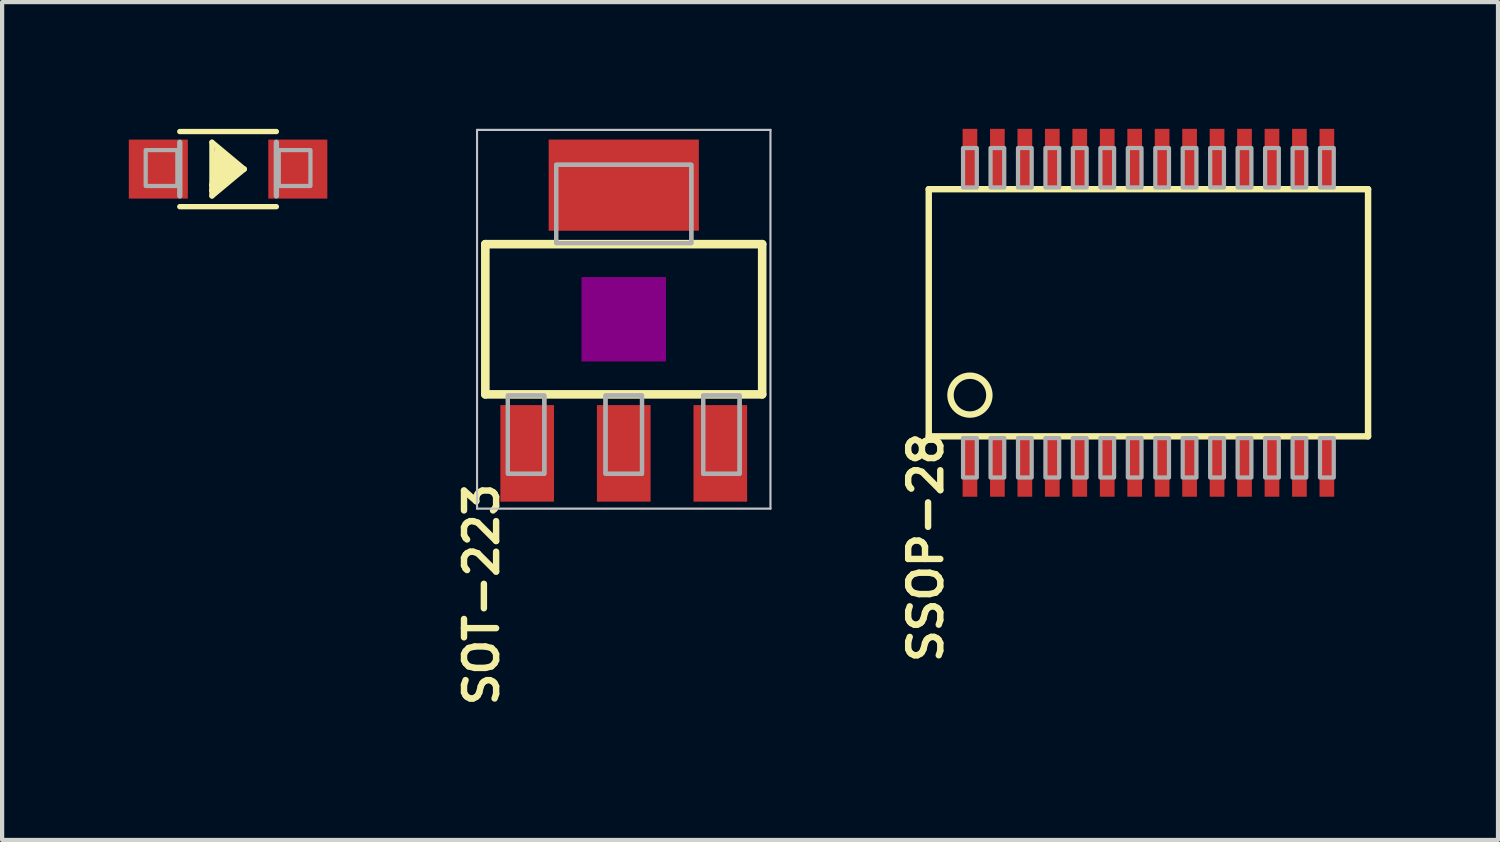
<source format=kicad_pcb>
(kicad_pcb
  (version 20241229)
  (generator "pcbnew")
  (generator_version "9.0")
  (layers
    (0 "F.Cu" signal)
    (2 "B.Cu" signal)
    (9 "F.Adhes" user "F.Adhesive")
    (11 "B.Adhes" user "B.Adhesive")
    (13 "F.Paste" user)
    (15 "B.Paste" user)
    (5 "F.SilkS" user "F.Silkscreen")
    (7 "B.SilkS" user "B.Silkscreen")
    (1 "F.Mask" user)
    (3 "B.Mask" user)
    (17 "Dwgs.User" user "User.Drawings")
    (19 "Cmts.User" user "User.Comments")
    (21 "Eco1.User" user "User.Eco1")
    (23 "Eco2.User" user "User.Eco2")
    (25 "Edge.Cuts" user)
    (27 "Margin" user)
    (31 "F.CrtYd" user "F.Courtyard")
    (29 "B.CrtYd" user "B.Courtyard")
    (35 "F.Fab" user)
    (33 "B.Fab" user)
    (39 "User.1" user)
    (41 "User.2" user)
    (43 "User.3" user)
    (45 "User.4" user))
  (footprint "SOD-123"
    (layer "F.Cu")
    (at 2.349 0.953)
    (property "Reference" "SOD-123" (at -0.889 0.635 0) (layer "F.Mask") (effects (font (size 0.362 0.362) (thickness 0.036)) (justify left bottom)))
    (attr through_hole)
    (fp_line (start -1.143 -0.889) (end 1.143 -0.889) (stroke (width 0.127) (type solid)) (layer "F.SilkS"))
    (fp_line (start -0.381 -0.635) (end 0.381 0) (stroke (width 0.127) (type solid)) (layer "F.SilkS"))
    (fp_line (start -0.381 0.381) (end -0.381 -0.635) (stroke (width 0.127) (type solid)) (layer "F.SilkS"))
    (fp_line (start -0.381 0.381) (end -0.254 -0.381) (stroke (width 0.127) (type solid)) (layer "F.SilkS"))
    (fp_line (start -0.381 0.508) (end -0.381 0.381) (stroke (width 0.127) (type solid)) (layer "F.SilkS"))
    (fp_line (start -0.381 0.508) (end -0.254 -0.508) (stroke (width 0.127) (type solid)) (layer "F.SilkS"))
    (fp_line (start -0.381 0.635) (end -0.381 0.508) (stroke (width 0.127) (type solid)) (layer "F.SilkS"))
    (fp_line (start -0.254 -0.508) (end 0.254 0) (stroke (width 0.127) (type solid)) (layer "F.SilkS"))
    (fp_line (start -0.254 -0.381) (end 0.127 0) (stroke (width 0.127) (type solid)) (layer "F.SilkS"))
    (fp_line (start -0.254 -0.254) (end -0.127 -0.127) (stroke (width 0.127) (type solid)) (layer "F.SilkS"))
    (fp_line (start -0.254 0.127) (end -0.254 -0.254) (stroke (width 0.127) (type solid)) (layer "F.SilkS"))
    (fp_line (start -0.254 0.127) (end -0.127 -0.127) (stroke (width 0.127) (type solid)) (layer "F.SilkS"))
    (fp_line (start -0.254 0.254) (end -0.254 0.127) (stroke (width 0.127) (type solid)) (layer "F.SilkS"))
    (fp_line (start -0.127 -0.127) (end -0.127 0) (stroke (width 0.127) (type solid)) (layer "F.SilkS"))
    (fp_line (start -0.127 -0.127) (end 0 0) (stroke (width 0.127) (type solid)) (layer "F.SilkS"))
    (fp_line (start 0 0) (end -0.254 0.127) (stroke (width 0.127) (type solid)) (layer "F.SilkS"))
    (fp_line (start 0.127 0) (end -0.254 0.254) (stroke (width 0.127) (type solid)) (layer "F.SilkS"))
    (fp_line (start 0.254 0) (end -0.381 0.381) (stroke (width 0.127) (type solid)) (layer "F.SilkS"))
    (fp_line (start 0.381 0) (end -0.381 0.508) (stroke (width 0.127) (type solid)) (layer "F.SilkS"))
    (fp_line (start 0.381 0) (end -0.381 0.635) (stroke (width 0.127) (type solid)) (layer "F.SilkS"))
    (fp_line (start 1.143 0.889) (end -1.143 0.889) (stroke (width 0.127) (type solid)) (layer "F.SilkS"))
    (fp_line (start -1.143 0.635) (end -1.143 -0.635) (stroke (width 0.127) (type solid)) (layer "F.Fab"))
    (fp_line (start 1.143 -0.635) (end 1.143 0.635) (stroke (width 0.127) (type solid)) (layer "F.Fab"))
    (fp_poly (pts (xy -1.95 0.4) (xy -1.2 0.4) (xy -1.2 -0.45) (xy -1.95 -0.45)) (stroke (width 0.1) (type solid)) (fill no) (layer "F.Fab"))
    (fp_poly (pts (xy 1.2 0.4) (xy 1.95 0.4) (xy 1.95 -0.45) (xy 1.2 -0.45)) (stroke (width 0.1) (type solid)) (fill no) (layer "F.Fab"))
    (pad "+" smd rect (at -1.651 0 180) (size 1.397 1.397) (layers "F.Cu" "F.Mask" "F.Paste"))
    (pad "-" smd rect (at 1.651 0 180) (size 1.397 1.397) (layers "F.Cu" "F.Mask" "F.Paste")))
  (footprint "SOT-223"
    (layer "F.Cu")
    (at 11.716 4.508)
    (property "Reference" "SOT-223" (at -3.81 3.81 270) (layer "F.SilkS") (effects (font (size 0.76 0.76) (thickness 0.152)) (justify right top)))
    (attr through_hole)
    (fp_line (start -3.277 -1.778) (end 3.277 -1.778) (stroke (width 0.203) (type solid)) (layer "F.SilkS"))
    (fp_line (start -3.277 1.778) (end -3.277 -1.778) (stroke (width 0.203) (type solid)) (layer "F.SilkS"))
    (fp_line (start 3.277 -1.778) (end 3.277 1.778) (stroke (width 0.203) (type solid)) (layer "F.SilkS"))
    (fp_line (start 3.277 1.778) (end -3.277 1.778) (stroke (width 0.203) (type solid)) (layer "F.SilkS"))
    (fp_poly (pts (xy -1 1) (xy 1 1) (xy 1 -1) (xy -1 -1)) (stroke (width 0) (type solid)) (fill yes) (layer "F.Adhes"))
    (fp_line (start -3.473 -4.483) (end 3.473 -4.483) (stroke (width 0.051) (type solid)) (layer "Dwgs.User"))
    (fp_line (start -3.473 4.483) (end -3.473 -4.483) (stroke (width 0.051) (type solid)) (layer "Dwgs.User"))
    (fp_line (start 3.473 -4.483) (end 3.473 4.483) (stroke (width 0.051) (type solid)) (layer "Dwgs.User"))
    (fp_line (start 3.473 4.483) (end -3.473 4.483) (stroke (width 0.051) (type solid)) (layer "Dwgs.User"))
    (fp_poly (pts (xy -2.743 3.658) (xy -1.88 3.658) (xy -1.88 1.803) (xy -2.743 1.803)) (stroke (width 0.1) (type solid)) (fill no) (layer "F.Fab"))
    (fp_poly (pts (xy -2.743 3.658) (xy -1.88 3.658) (xy -1.88 1.803) (xy -2.743 1.803)) (stroke (width 0.1) (type solid)) (fill no) (layer "F.Fab"))
    (fp_poly (pts (xy -1.6 -1.803) (xy 1.6 -1.803) (xy 1.6 -3.658) (xy -1.6 -3.658)) (stroke (width 0.1) (type solid)) (fill no) (layer "F.Fab"))
    (fp_poly (pts (xy -1.6 -1.803) (xy 1.6 -1.803) (xy 1.6 -3.658) (xy -1.6 -3.658)) (stroke (width 0.1) (type solid)) (fill no) (layer "F.Fab"))
    (fp_poly (pts (xy -0.432 3.658) (xy 0.432 3.658) (xy 0.432 1.803) (xy -0.432 1.803)) (stroke (width 0.1) (type solid)) (fill no) (layer "F.Fab"))
    (fp_poly (pts (xy -0.432 3.658) (xy 0.432 3.658) (xy 0.432 1.803) (xy -0.432 1.803)) (stroke (width 0.1) (type solid)) (fill no) (layer "F.Fab"))
    (fp_poly (pts (xy 1.88 3.658) (xy 2.743 3.658) (xy 2.743 1.803) (xy 1.88 1.803)) (stroke (width 0.1) (type solid)) (fill no) (layer "F.Fab"))
    (fp_poly (pts (xy 1.88 3.658) (xy 2.743 3.658) (xy 2.743 1.803) (xy 1.88 1.803)) (stroke (width 0.1) (type solid)) (fill no) (layer "F.Fab"))
    (pad "1" smd rect (at -2.286 3.175) (size 1.27 2.286) (layers "F.Cu" "F.Mask" "F.Paste"))
    (pad "2" smd rect (at 0 3.175) (size 1.27 2.286) (layers "F.Cu" "F.Mask" "F.Paste"))
    (pad "3" smd rect (at 2.286 3.175) (size 1.27 2.286) (layers "F.Cu" "F.Mask" "F.Paste"))
    (pad "TER" smd rect (at 0 -3.175) (size 3.556 2.159) (layers "F.Cu" "F.Mask" "F.Paste")))
  (footprint "SSOP-28"
    (layer "F.Cu")
    (at 24.136 4.354)
    (property "Reference" "SSOP-28" (at -5.715 2.76 90) (layer "F.SilkS") (effects (font (size 0.76 0.76) (thickness 0.152)) (justify right top)))
    (attr through_hole)
    (fp_line (start -5.2 -2.925) (end 5.2 -2.925) (stroke (width 0.152) (type solid)) (layer "F.SilkS"))
    (fp_line (start -5.2 2.925) (end -5.2 -2.925) (stroke (width 0.152) (type solid)) (layer "F.SilkS"))
    (fp_line (start 5.2 -2.925) (end 5.2 2.925) (stroke (width 0.152) (type solid)) (layer "F.SilkS"))
    (fp_line (start 5.2 2.925) (end -5.2 2.925) (stroke (width 0.152) (type solid)) (layer "F.SilkS"))
    (fp_circle (center -4.225 1.95) (end -3.765 1.95) (stroke (width 0.152) (type solid)) (fill no) (layer "F.SilkS"))
    (fp_poly (pts (xy -4.388 -2.966) (xy -4.062 -2.966) (xy -4.062 -3.9) (xy -4.388 -3.9)) (stroke (width 0.1) (type solid)) (fill no) (layer "F.Fab"))
    (fp_poly (pts (xy -4.388 3.9) (xy -4.062 3.9) (xy -4.062 2.966) (xy -4.388 2.966)) (stroke (width 0.1) (type solid)) (fill no) (layer "F.Fab"))
    (fp_poly (pts (xy -3.737 -2.966) (xy -3.413 -2.966) (xy -3.413 -3.9) (xy -3.737 -3.9)) (stroke (width 0.1) (type solid)) (fill no) (layer "F.Fab"))
    (fp_poly (pts (xy -3.737 3.9) (xy -3.413 3.9) (xy -3.413 2.966) (xy -3.737 2.966)) (stroke (width 0.1) (type solid)) (fill no) (layer "F.Fab"))
    (fp_poly (pts (xy -3.087 -2.966) (xy -2.763 -2.966) (xy -2.763 -3.9) (xy -3.087 -3.9)) (stroke (width 0.1) (type solid)) (fill no) (layer "F.Fab"))
    (fp_poly (pts (xy -3.087 3.9) (xy -2.763 3.9) (xy -2.763 2.966) (xy -3.087 2.966)) (stroke (width 0.1) (type solid)) (fill no) (layer "F.Fab"))
    (fp_poly (pts (xy -2.438 -2.966) (xy -2.112 -2.966) (xy -2.112 -3.9) (xy -2.438 -3.9)) (stroke (width 0.1) (type solid)) (fill no) (layer "F.Fab"))
    (fp_poly (pts (xy -2.438 3.9) (xy -2.112 3.9) (xy -2.112 2.966) (xy -2.438 2.966)) (stroke (width 0.1) (type solid)) (fill no) (layer "F.Fab"))
    (fp_poly (pts (xy -1.788 -2.966) (xy -1.462 -2.966) (xy -1.462 -3.9) (xy -1.788 -3.9)) (stroke (width 0.1) (type solid)) (fill no) (layer "F.Fab"))
    (fp_poly (pts (xy -1.788 3.9) (xy -1.462 3.9) (xy -1.462 2.966) (xy -1.788 2.966)) (stroke (width 0.1) (type solid)) (fill no) (layer "F.Fab"))
    (fp_poly (pts (xy -1.137 -2.966) (xy -0.812 -2.966) (xy -0.812 -3.9) (xy -1.137 -3.9)) (stroke (width 0.1) (type solid)) (fill no) (layer "F.Fab"))
    (fp_poly (pts (xy -1.137 3.9) (xy -0.812 3.9) (xy -0.812 2.966) (xy -1.137 2.966)) (stroke (width 0.1) (type solid)) (fill no) (layer "F.Fab"))
    (fp_poly (pts (xy -0.487 -2.966) (xy -0.163 -2.966) (xy -0.163 -3.9) (xy -0.487 -3.9)) (stroke (width 0.1) (type solid)) (fill no) (layer "F.Fab"))
    (fp_poly (pts (xy -0.487 3.9) (xy -0.163 3.9) (xy -0.163 2.966) (xy -0.487 2.966)) (stroke (width 0.1) (type solid)) (fill no) (layer "F.Fab"))
    (fp_poly (pts (xy 0.163 -2.966) (xy 0.487 -2.966) (xy 0.487 -3.9) (xy 0.163 -3.9)) (stroke (width 0.1) (type solid)) (fill no) (layer "F.Fab"))
    (fp_poly (pts (xy 0.163 3.9) (xy 0.487 3.9) (xy 0.487 2.966) (xy 0.163 2.966)) (stroke (width 0.1) (type solid)) (fill no) (layer "F.Fab"))
    (fp_poly (pts (xy 0.812 -2.966) (xy 1.137 -2.966) (xy 1.137 -3.9) (xy 0.812 -3.9)) (stroke (width 0.1) (type solid)) (fill no) (layer "F.Fab"))
    (fp_poly (pts (xy 0.812 3.9) (xy 1.137 3.9) (xy 1.137 2.966) (xy 0.812 2.966)) (stroke (width 0.1) (type solid)) (fill no) (layer "F.Fab"))
    (fp_poly (pts (xy 1.462 -2.966) (xy 1.788 -2.966) (xy 1.788 -3.9) (xy 1.462 -3.9)) (stroke (width 0.1) (type solid)) (fill no) (layer "F.Fab"))
    (fp_poly (pts (xy 1.462 3.9) (xy 1.788 3.9) (xy 1.788 2.966) (xy 1.462 2.966)) (stroke (width 0.1) (type solid)) (fill no) (layer "F.Fab"))
    (fp_poly (pts (xy 2.112 -2.966) (xy 2.438 -2.966) (xy 2.438 -3.9) (xy 2.112 -3.9)) (stroke (width 0.1) (type solid)) (fill no) (layer "F.Fab"))
    (fp_poly (pts (xy 2.112 3.9) (xy 2.438 3.9) (xy 2.438 2.966) (xy 2.112 2.966)) (stroke (width 0.1) (type solid)) (fill no) (layer "F.Fab"))
    (fp_poly (pts (xy 2.763 -2.966) (xy 3.087 -2.966) (xy 3.087 -3.9) (xy 2.763 -3.9)) (stroke (width 0.1) (type solid)) (fill no) (layer "F.Fab"))
    (fp_poly (pts (xy 2.763 3.9) (xy 3.087 3.9) (xy 3.087 2.966) (xy 2.763 2.966)) (stroke (width 0.1) (type solid)) (fill no) (layer "F.Fab"))
    (fp_poly (pts (xy 3.413 -2.966) (xy 3.737 -2.966) (xy 3.737 -3.9) (xy 3.413 -3.9)) (stroke (width 0.1) (type solid)) (fill no) (layer "F.Fab"))
    (fp_poly (pts (xy 3.413 3.9) (xy 3.737 3.9) (xy 3.737 2.966) (xy 3.413 2.966)) (stroke (width 0.1) (type solid)) (fill no) (layer "F.Fab"))
    (fp_poly (pts (xy 4.062 -2.966) (xy 4.388 -2.966) (xy 4.388 -3.9) (xy 4.062 -3.9)) (stroke (width 0.1) (type solid)) (fill no) (layer "F.Fab"))
    (fp_poly (pts (xy 4.062 3.9) (xy 4.388 3.9) (xy 4.388 2.966) (xy 4.062 2.966)) (stroke (width 0.1) (type solid)) (fill no) (layer "F.Fab"))
    (pad "1" smd rect (at -4.225 3.656) (size 0.348 1.397) (layers "F.Cu" "F.Mask" "F.Paste"))
    (pad "2" smd rect (at -3.575 3.656) (size 0.348 1.397) (layers "F.Cu" "F.Mask" "F.Paste"))
    (pad "3" smd rect (at -2.925 3.656) (size 0.348 1.397) (layers "F.Cu" "F.Mask" "F.Paste"))
    (pad "4" smd rect (at -2.275 3.656) (size 0.348 1.397) (layers "F.Cu" "F.Mask" "F.Paste"))
    (pad "5" smd rect (at -1.625 3.656) (size 0.348 1.397) (layers "F.Cu" "F.Mask" "F.Paste"))
    (pad "6" smd rect (at -0.975 3.656) (size 0.348 1.397) (layers "F.Cu" "F.Mask" "F.Paste"))
    (pad "7" smd rect (at -0.325 3.656) (size 0.348 1.397) (layers "F.Cu" "F.Mask" "F.Paste"))
    (pad "8" smd rect (at 0.325 3.656) (size 0.348 1.397) (layers "F.Cu" "F.Mask" "F.Paste"))
    (pad "9" smd rect (at 0.975 3.656) (size 0.348 1.397) (layers "F.Cu" "F.Mask" "F.Paste"))
    (pad "10" smd rect (at 1.625 3.656) (size 0.348 1.397) (layers "F.Cu" "F.Mask" "F.Paste"))
    (pad "11" smd rect (at 2.275 3.656) (size 0.348 1.397) (layers "F.Cu" "F.Mask" "F.Paste"))
    (pad "12" smd rect (at 2.925 3.656) (size 0.348 1.397) (layers "F.Cu" "F.Mask" "F.Paste"))
    (pad "13" smd rect (at 3.575 3.656) (size 0.348 1.397) (layers "F.Cu" "F.Mask" "F.Paste"))
    (pad "14" smd rect (at 4.225 3.656) (size 0.348 1.397) (layers "F.Cu" "F.Mask" "F.Paste"))
    (pad "15" smd rect (at 4.225 -3.656) (size 0.348 1.397) (layers "F.Cu" "F.Mask" "F.Paste"))
    (pad "16" smd rect (at 3.575 -3.656) (size 0.348 1.397) (layers "F.Cu" "F.Mask" "F.Paste"))
    (pad "17" smd rect (at 2.925 -3.656) (size 0.348 1.397) (layers "F.Cu" "F.Mask" "F.Paste"))
    (pad "18" smd rect (at 2.275 -3.656) (size 0.348 1.397) (layers "F.Cu" "F.Mask" "F.Paste"))
    (pad "19" smd rect (at 1.625 -3.656) (size 0.348 1.397) (layers "F.Cu" "F.Mask" "F.Paste"))
    (pad "20" smd rect (at 0.975 -3.656) (size 0.348 1.397) (layers "F.Cu" "F.Mask" "F.Paste"))
    (pad "21" smd rect (at 0.325 -3.656) (size 0.348 1.397) (layers "F.Cu" "F.Mask" "F.Paste"))
    (pad "22" smd rect (at -0.325 -3.656) (size 0.348 1.397) (layers "F.Cu" "F.Mask" "F.Paste"))
    (pad "23" smd rect (at -0.975 -3.656) (size 0.348 1.397) (layers "F.Cu" "F.Mask" "F.Paste"))
    (pad "24" smd rect (at -1.625 -3.656) (size 0.348 1.397) (layers "F.Cu" "F.Mask" "F.Paste"))
    (pad "25" smd rect (at -2.275 -3.656) (size 0.348 1.397) (layers "F.Cu" "F.Mask" "F.Paste"))
    (pad "26" smd rect (at -2.925 -3.656) (size 0.348 1.397) (layers "F.Cu" "F.Mask" "F.Paste"))
    (pad "27" smd rect (at -3.575 -3.656) (size 0.348 1.397) (layers "F.Cu" "F.Mask" "F.Paste"))
    (pad "28" smd rect (at -4.225 -3.656) (size 0.348 1.397) (layers "F.Cu" "F.Mask" "F.Paste")))
  (gr_rect
    (start -3 -3)
    (end 32.412 16.834)
    (stroke (width 0.1) (type default))
    (fill no)
    (layer "Edge.Cuts")))
</source>
